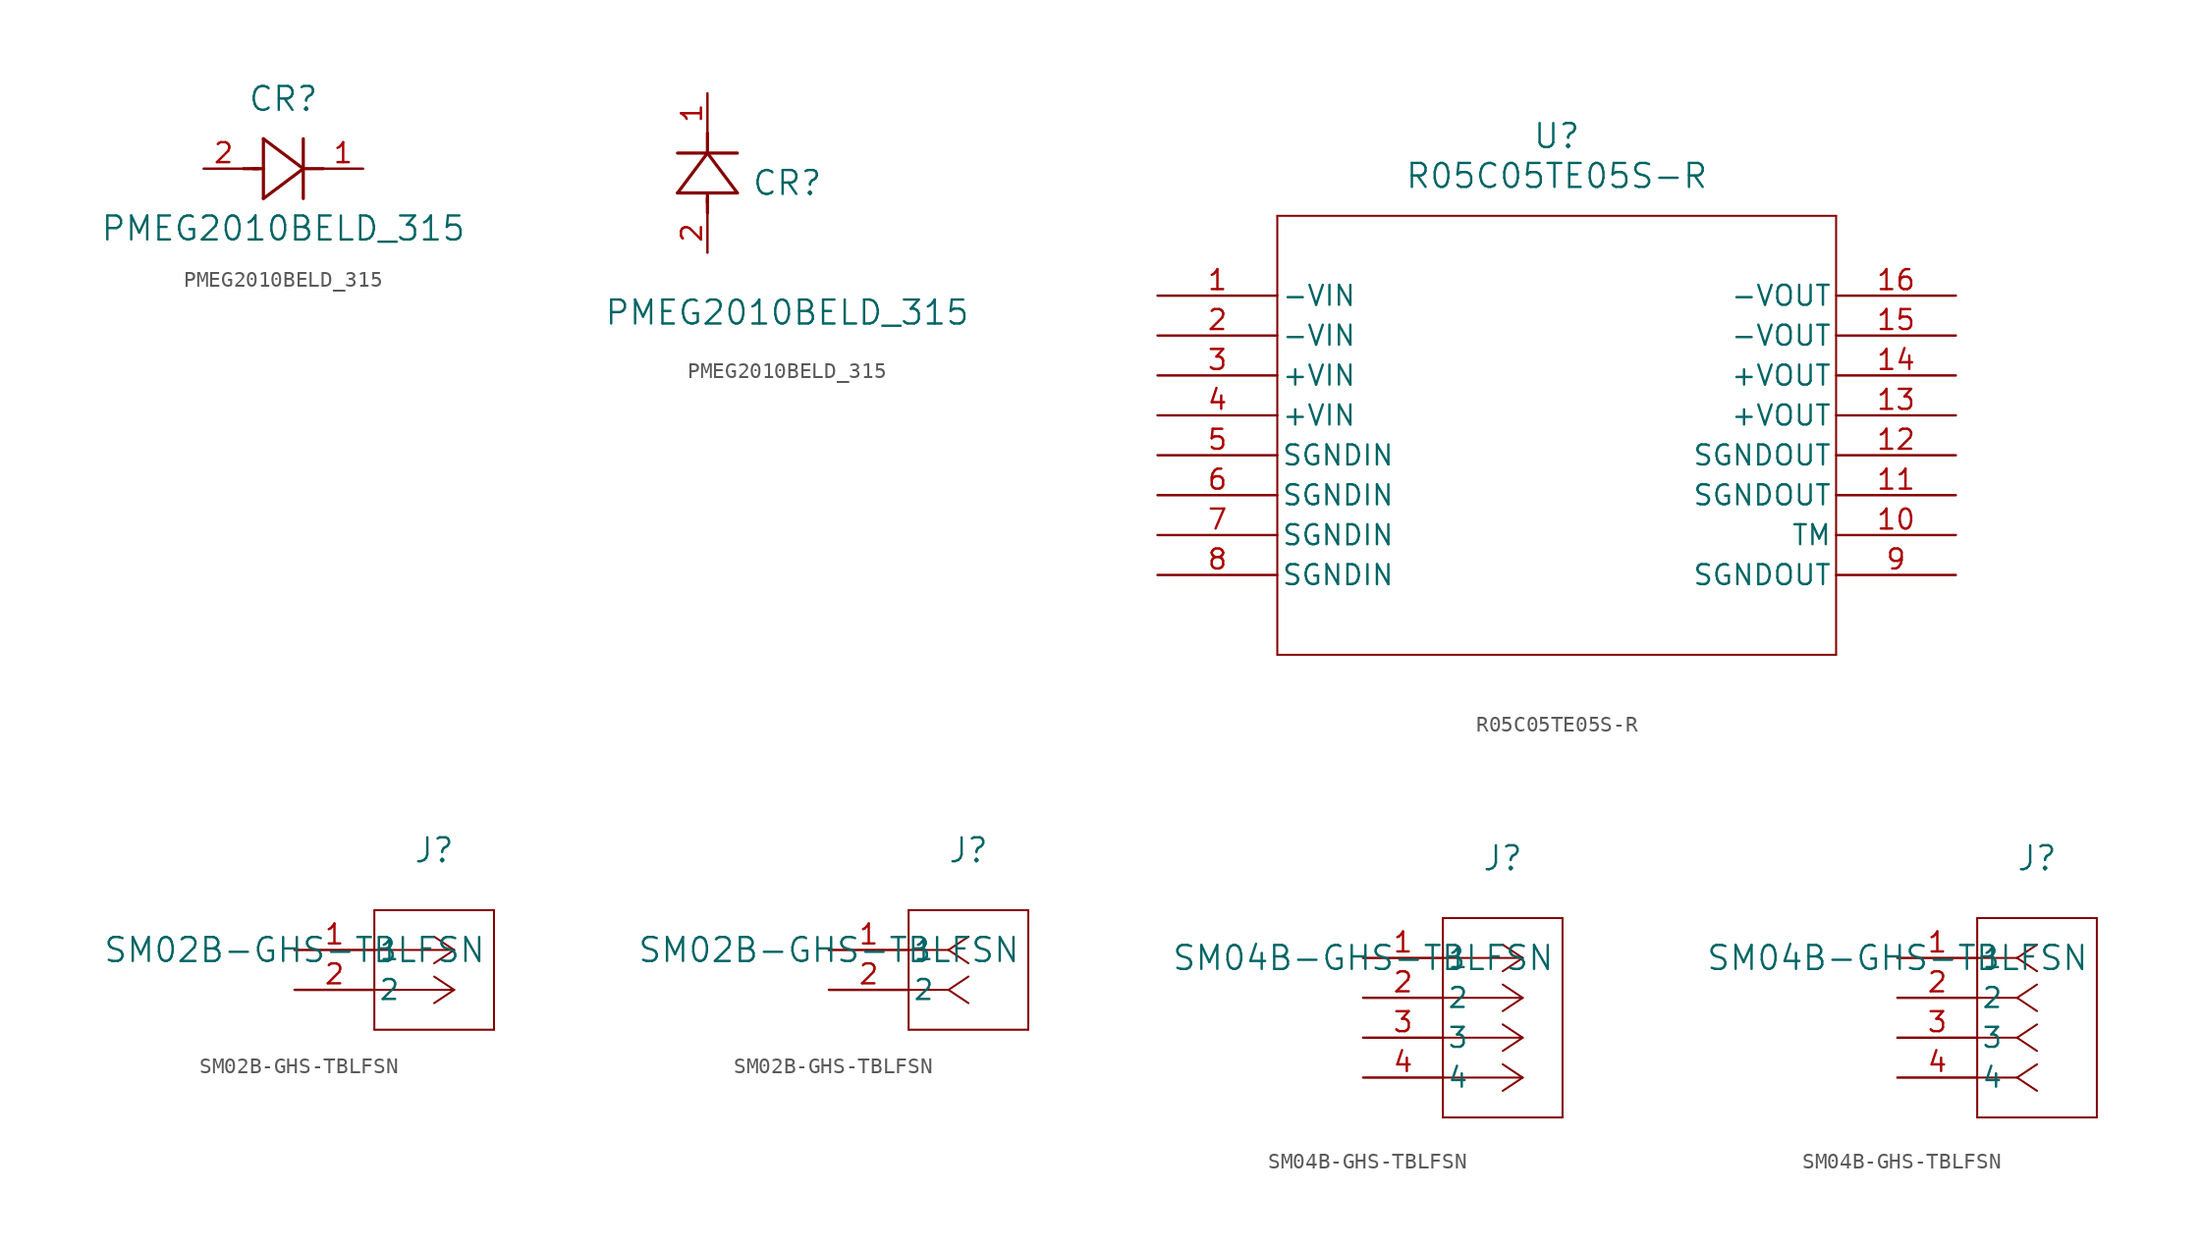
<source format=kicad_sym>
(kicad_symbol_lib
  (version 20220914)
  (generator kicad_symbol_editor)
  (symbol "PMEG2010BELD_315"
    (pin_names
      (offset 0.254))
    (property "Reference" "CR"
      (at 5.08 4.445 0)
      (effects (font (size 1.524 1.524))))
    (property "Value" "PMEG2010BELD_315"
      (at 5.08 -3.81 0)
      (effects (font (size 1.524 1.524))))
    (property "ki_locked" ""
      (at 0 0 0)
      (effects (font (size 1.27 1.27))))
    (symbol "PMEG2010BELD_315_1_1"
      (polyline (pts (xy 2.54 0) (xy 3.48 0)) (stroke (width 0.203) (type default)) (fill (type none)))
      (polyline (pts (xy 3.175 0) (xy 3.81 0)) (stroke (width 0.203) (type default)) (fill (type none)))
      (polyline (pts (xy 3.81 -1.905) (xy 6.35 0)) (stroke (width 0.203) (type default)) (fill (type none)))
      (polyline (pts (xy 3.81 1.905) (xy 3.81 -1.905)) (stroke (width 0.203) (type default)) (fill (type none)))
      (polyline (pts (xy 6.35 -1.905) (xy 6.35 1.905)) (stroke (width 0.203) (type default)) (fill (type none)))
      (polyline (pts (xy 6.35 0) (xy 3.81 1.905)) (stroke (width 0.203) (type default)) (fill (type none)))
      (polyline (pts (xy 6.35 0) (xy 7.62 0)) (stroke (width 0.203) (type default)) (fill (type none)))
      (pin unspecified line (at 10.16 0 180) (length 2.54) (name "" (effects (font (size 1.27 1.27)))) (number "1" (effects (font (size 1.27 1.27)))))
      (pin unspecified line (at 0 0 0) (length 2.54) (name "" (effects (font (size 1.27 1.27)))) (number "2" (effects (font (size 1.27 1.27))))))
    (symbol "PMEG2010BELD_315_1_2"
      (polyline (pts (xy -1.905 3.81) (xy 1.905 3.81)) (stroke (width 0.203) (type default)) (fill (type none)))
      (polyline (pts (xy 0 2.54) (xy 0 3.48)) (stroke (width 0.203) (type default)) (fill (type none)))
      (polyline (pts (xy 0 3.175) (xy 0 3.81)) (stroke (width 0.203) (type default)) (fill (type none)))
      (polyline (pts (xy 0 6.35) (xy -1.905 3.81)) (stroke (width 0.203) (type default)) (fill (type none)))
      (polyline (pts (xy 0 6.35) (xy 0 7.62)) (stroke (width 0.203) (type default)) (fill (type none)))
      (polyline (pts (xy 1.905 3.81) (xy 0 6.35)) (stroke (width 0.203) (type default)) (fill (type none)))
      (polyline (pts (xy 1.905 6.35) (xy -1.905 6.35)) (stroke (width 0.203) (type default)) (fill (type none)))
      (pin unspecified line (at 0 10.16 270) (length 2.54) (name "" (effects (font (size 1.27 1.27)))) (number "1" (effects (font (size 1.27 1.27)))))
      (pin unspecified line (at 0 0 90) (length 2.54) (name "" (effects (font (size 1.27 1.27)))) (number "2" (effects (font (size 1.27 1.27)))))))
  (symbol "R05C05TE05S-R"
    (pin_names
      (offset 0.254))
    (property "Reference" "U"
      (at 25.4 10.16 0)
      (effects (font (size 1.524 1.524))))
    (property "Value" "R05C05TE05S-R"
      (at 25.4 7.62 0)
      (effects (font (size 1.524 1.524))))
    (property "ki_locked" ""
      (at 0 0 0)
      (effects (font (size 1.27 1.27))))
    (symbol "R05C05TE05S-R_0_1"
      (polyline (pts (xy 7.62 -22.86) (xy 43.18 -22.86)) (stroke (width 0.127) (type default)) (fill (type none)))
      (polyline (pts (xy 7.62 5.08) (xy 7.62 -22.86)) (stroke (width 0.127) (type default)) (fill (type none)))
      (polyline (pts (xy 43.18 -22.86) (xy 43.18 5.08)) (stroke (width 0.127) (type default)) (fill (type none)))
      (polyline (pts (xy 43.18 5.08) (xy 7.62 5.08)) (stroke (width 0.127) (type default)) (fill (type none)))
      (pin power_in line (at 0 0 0) (length 7.62) (name "-VIN" (effects (font (size 1.27 1.27)))) (number "1" (effects (font (size 1.27 1.27)))))
      (pin unspecified line (at 50.8 -15.24 180) (length 7.62) (name "TM" (effects (font (size 1.27 1.27)))) (number "10" (effects (font (size 1.27 1.27)))))
      (pin output line (at 50.8 -12.7 180) (length 7.62) (name "SGNDOUT" (effects (font (size 1.27 1.27)))) (number "11" (effects (font (size 1.27 1.27)))))
      (pin output line (at 50.8 -10.16 180) (length 7.62) (name "SGNDOUT" (effects (font (size 1.27 1.27)))) (number "12" (effects (font (size 1.27 1.27)))))
      (pin output line (at 50.8 -7.62 180) (length 7.62) (name "+VOUT" (effects (font (size 1.27 1.27)))) (number "13" (effects (font (size 1.27 1.27)))))
      (pin output line (at 50.8 -5.08 180) (length 7.62) (name "+VOUT" (effects (font (size 1.27 1.27)))) (number "14" (effects (font (size 1.27 1.27)))))
      (pin output line (at 50.8 -2.54 180) (length 7.62) (name "-VOUT" (effects (font (size 1.27 1.27)))) (number "15" (effects (font (size 1.27 1.27)))))
      (pin output line (at 50.8 0 180) (length 7.62) (name "-VOUT" (effects (font (size 1.27 1.27)))) (number "16" (effects (font (size 1.27 1.27)))))
      (pin power_in line (at 0 -2.54 0) (length 7.62) (name "-VIN" (effects (font (size 1.27 1.27)))) (number "2" (effects (font (size 1.27 1.27)))))
      (pin power_in line (at 0 -5.08 0) (length 7.62) (name "+VIN" (effects (font (size 1.27 1.27)))) (number "3" (effects (font (size 1.27 1.27)))))
      (pin power_in line (at 0 -7.62 0) (length 7.62) (name "+VIN" (effects (font (size 1.27 1.27)))) (number "4" (effects (font (size 1.27 1.27)))))
      (pin power_out line (at 0 -10.16 0) (length 7.62) (name "SGNDIN" (effects (font (size 1.27 1.27)))) (number "5" (effects (font (size 1.27 1.27)))))
      (pin power_out line (at 0 -12.7 0) (length 7.62) (name "SGNDIN" (effects (font (size 1.27 1.27)))) (number "6" (effects (font (size 1.27 1.27)))))
      (pin power_out line (at 0 -15.24 0) (length 7.62) (name "SGNDIN" (effects (font (size 1.27 1.27)))) (number "7" (effects (font (size 1.27 1.27)))))
      (pin power_out line (at 0 -17.78 0) (length 7.62) (name "SGNDIN" (effects (font (size 1.27 1.27)))) (number "8" (effects (font (size 1.27 1.27)))))
      (pin output line (at 50.8 -17.78 180) (length 7.62) (name "SGNDOUT" (effects (font (size 1.27 1.27)))) (number "9" (effects (font (size 1.27 1.27)))))))
  (symbol "SM02B-GHS-TBLFSN"
    (pin_names
      (offset 0.254))
    (property "Reference" "J"
      (at 8.89 6.35 0)
      (effects (font (size 1.524 1.524))))
    (property "Value" "SM02B-GHS-TBLFSN"
      (at 0 0 0)
      (effects (font (size 1.524 1.524))))
    (property "ki_locked" ""
      (at 0 0 0)
      (effects (font (size 1.27 1.27))))
    (symbol "SM02B-GHS-TBLFSN_1_1"
      (polyline (pts (xy 5.08 -5.08) (xy 12.7 -5.08)) (stroke (width 0.127) (type default)) (fill (type none)))
      (polyline (pts (xy 5.08 2.54) (xy 5.08 -5.08)) (stroke (width 0.127) (type default)) (fill (type none)))
      (polyline (pts (xy 10.16 -2.54) (xy 5.08 -2.54)) (stroke (width 0.127) (type default)) (fill (type none)))
      (polyline (pts (xy 10.16 -2.54) (xy 8.89 -3.387)) (stroke (width 0.127) (type default)) (fill (type none)))
      (polyline (pts (xy 10.16 -2.54) (xy 8.89 -1.693)) (stroke (width 0.127) (type default)) (fill (type none)))
      (polyline (pts (xy 10.16 0) (xy 5.08 0)) (stroke (width 0.127) (type default)) (fill (type none)))
      (polyline (pts (xy 10.16 0) (xy 8.89 -0.847)) (stroke (width 0.127) (type default)) (fill (type none)))
      (polyline (pts (xy 10.16 0) (xy 8.89 0.847)) (stroke (width 0.127) (type default)) (fill (type none)))
      (polyline (pts (xy 12.7 -5.08) (xy 12.7 2.54)) (stroke (width 0.127) (type default)) (fill (type none)))
      (polyline (pts (xy 12.7 2.54) (xy 5.08 2.54)) (stroke (width 0.127) (type default)) (fill (type none)))
      (pin unspecified line (at 0 0 0) (length 5.08) (name "1" (effects (font (size 1.27 1.27)))) (number "1" (effects (font (size 1.27 1.27)))))
      (pin unspecified line (at 0 -2.54 0) (length 5.08) (name "2" (effects (font (size 1.27 1.27)))) (number "2" (effects (font (size 1.27 1.27))))))
    (symbol "SM02B-GHS-TBLFSN_1_2"
      (polyline (pts (xy 5.08 -5.08) (xy 12.7 -5.08)) (stroke (width 0.127) (type default)) (fill (type none)))
      (polyline (pts (xy 5.08 2.54) (xy 5.08 -5.08)) (stroke (width 0.127) (type default)) (fill (type none)))
      (polyline (pts (xy 7.62 -2.54) (xy 5.08 -2.54)) (stroke (width 0.127) (type default)) (fill (type none)))
      (polyline (pts (xy 7.62 -2.54) (xy 8.89 -3.387)) (stroke (width 0.127) (type default)) (fill (type none)))
      (polyline (pts (xy 7.62 -2.54) (xy 8.89 -1.693)) (stroke (width 0.127) (type default)) (fill (type none)))
      (polyline (pts (xy 7.62 0) (xy 5.08 0)) (stroke (width 0.127) (type default)) (fill (type none)))
      (polyline (pts (xy 7.62 0) (xy 8.89 -0.847)) (stroke (width 0.127) (type default)) (fill (type none)))
      (polyline (pts (xy 7.62 0) (xy 8.89 0.847)) (stroke (width 0.127) (type default)) (fill (type none)))
      (polyline (pts (xy 12.7 -5.08) (xy 12.7 2.54)) (stroke (width 0.127) (type default)) (fill (type none)))
      (polyline (pts (xy 12.7 2.54) (xy 5.08 2.54)) (stroke (width 0.127) (type default)) (fill (type none)))
      (pin unspecified line (at 0 0 0) (length 5.08) (name "1" (effects (font (size 1.27 1.27)))) (number "1" (effects (font (size 1.27 1.27)))))
      (pin unspecified line (at 0 -2.54 0) (length 5.08) (name "2" (effects (font (size 1.27 1.27)))) (number "2" (effects (font (size 1.27 1.27)))))))
  (symbol "SM04B-GHS-TBLFSN"
    (pin_names
      (offset 0.254))
    (property "Reference" "J"
      (at 8.89 6.35 0)
      (effects (font (size 1.524 1.524))))
    (property "Value" "SM04B-GHS-TBLFSN"
      (at 0 0 0)
      (effects (font (size 1.524 1.524))))
    (property "ki_locked" ""
      (at 0 0 0)
      (effects (font (size 1.27 1.27))))
    (symbol "SM04B-GHS-TBLFSN_1_1"
      (polyline (pts (xy 5.08 -10.16) (xy 12.7 -10.16)) (stroke (width 0.127) (type default)) (fill (type none)))
      (polyline (pts (xy 5.08 2.54) (xy 5.08 -10.16)) (stroke (width 0.127) (type default)) (fill (type none)))
      (polyline (pts (xy 10.16 -7.62) (xy 5.08 -7.62)) (stroke (width 0.127) (type default)) (fill (type none)))
      (polyline (pts (xy 10.16 -7.62) (xy 8.89 -8.467)) (stroke (width 0.127) (type default)) (fill (type none)))
      (polyline (pts (xy 10.16 -7.62) (xy 8.89 -6.773)) (stroke (width 0.127) (type default)) (fill (type none)))
      (polyline (pts (xy 10.16 -5.08) (xy 5.08 -5.08)) (stroke (width 0.127) (type default)) (fill (type none)))
      (polyline (pts (xy 10.16 -5.08) (xy 8.89 -5.927)) (stroke (width 0.127) (type default)) (fill (type none)))
      (polyline (pts (xy 10.16 -5.08) (xy 8.89 -4.233)) (stroke (width 0.127) (type default)) (fill (type none)))
      (polyline (pts (xy 10.16 -2.54) (xy 5.08 -2.54)) (stroke (width 0.127) (type default)) (fill (type none)))
      (polyline (pts (xy 10.16 -2.54) (xy 8.89 -3.387)) (stroke (width 0.127) (type default)) (fill (type none)))
      (polyline (pts (xy 10.16 -2.54) (xy 8.89 -1.693)) (stroke (width 0.127) (type default)) (fill (type none)))
      (polyline (pts (xy 10.16 0) (xy 5.08 0)) (stroke (width 0.127) (type default)) (fill (type none)))
      (polyline (pts (xy 10.16 0) (xy 8.89 -0.847)) (stroke (width 0.127) (type default)) (fill (type none)))
      (polyline (pts (xy 10.16 0) (xy 8.89 0.847)) (stroke (width 0.127) (type default)) (fill (type none)))
      (polyline (pts (xy 12.7 -10.16) (xy 12.7 2.54)) (stroke (width 0.127) (type default)) (fill (type none)))
      (polyline (pts (xy 12.7 2.54) (xy 5.08 2.54)) (stroke (width 0.127) (type default)) (fill (type none)))
      (pin unspecified line (at 0 0 0) (length 5.08) (name "1" (effects (font (size 1.27 1.27)))) (number "1" (effects (font (size 1.27 1.27)))))
      (pin unspecified line (at 0 -2.54 0) (length 5.08) (name "2" (effects (font (size 1.27 1.27)))) (number "2" (effects (font (size 1.27 1.27)))))
      (pin unspecified line (at 0 -5.08 0) (length 5.08) (name "3" (effects (font (size 1.27 1.27)))) (number "3" (effects (font (size 1.27 1.27)))))
      (pin unspecified line (at 0 -7.62 0) (length 5.08) (name "4" (effects (font (size 1.27 1.27)))) (number "4" (effects (font (size 1.27 1.27))))))
    (symbol "SM04B-GHS-TBLFSN_1_2"
      (polyline (pts (xy 5.08 -10.16) (xy 12.7 -10.16)) (stroke (width 0.127) (type default)) (fill (type none)))
      (polyline (pts (xy 5.08 2.54) (xy 5.08 -10.16)) (stroke (width 0.127) (type default)) (fill (type none)))
      (polyline (pts (xy 7.62 -7.62) (xy 5.08 -7.62)) (stroke (width 0.127) (type default)) (fill (type none)))
      (polyline (pts (xy 7.62 -7.62) (xy 8.89 -8.467)) (stroke (width 0.127) (type default)) (fill (type none)))
      (polyline (pts (xy 7.62 -7.62) (xy 8.89 -6.773)) (stroke (width 0.127) (type default)) (fill (type none)))
      (polyline (pts (xy 7.62 -5.08) (xy 5.08 -5.08)) (stroke (width 0.127) (type default)) (fill (type none)))
      (polyline (pts (xy 7.62 -5.08) (xy 8.89 -5.927)) (stroke (width 0.127) (type default)) (fill (type none)))
      (polyline (pts (xy 7.62 -5.08) (xy 8.89 -4.233)) (stroke (width 0.127) (type default)) (fill (type none)))
      (polyline (pts (xy 7.62 -2.54) (xy 5.08 -2.54)) (stroke (width 0.127) (type default)) (fill (type none)))
      (polyline (pts (xy 7.62 -2.54) (xy 8.89 -3.387)) (stroke (width 0.127) (type default)) (fill (type none)))
      (polyline (pts (xy 7.62 -2.54) (xy 8.89 -1.693)) (stroke (width 0.127) (type default)) (fill (type none)))
      (polyline (pts (xy 7.62 0) (xy 5.08 0)) (stroke (width 0.127) (type default)) (fill (type none)))
      (polyline (pts (xy 7.62 0) (xy 8.89 -0.847)) (stroke (width 0.127) (type default)) (fill (type none)))
      (polyline (pts (xy 7.62 0) (xy 8.89 0.847)) (stroke (width 0.127) (type default)) (fill (type none)))
      (polyline (pts (xy 12.7 -10.16) (xy 12.7 2.54)) (stroke (width 0.127) (type default)) (fill (type none)))
      (polyline (pts (xy 12.7 2.54) (xy 5.08 2.54)) (stroke (width 0.127) (type default)) (fill (type none)))
      (pin unspecified line (at 0 0 0) (length 5.08) (name "1" (effects (font (size 1.27 1.27)))) (number "1" (effects (font (size 1.27 1.27)))))
      (pin unspecified line (at 0 -2.54 0) (length 5.08) (name "2" (effects (font (size 1.27 1.27)))) (number "2" (effects (font (size 1.27 1.27)))))
      (pin unspecified line (at 0 -5.08 0) (length 5.08) (name "3" (effects (font (size 1.27 1.27)))) (number "3" (effects (font (size 1.27 1.27)))))
      (pin unspecified line (at 0 -7.62 0) (length 5.08) (name "4" (effects (font (size 1.27 1.27)))) (number "4" (effects (font (size 1.27 1.27))))))))
</source>
